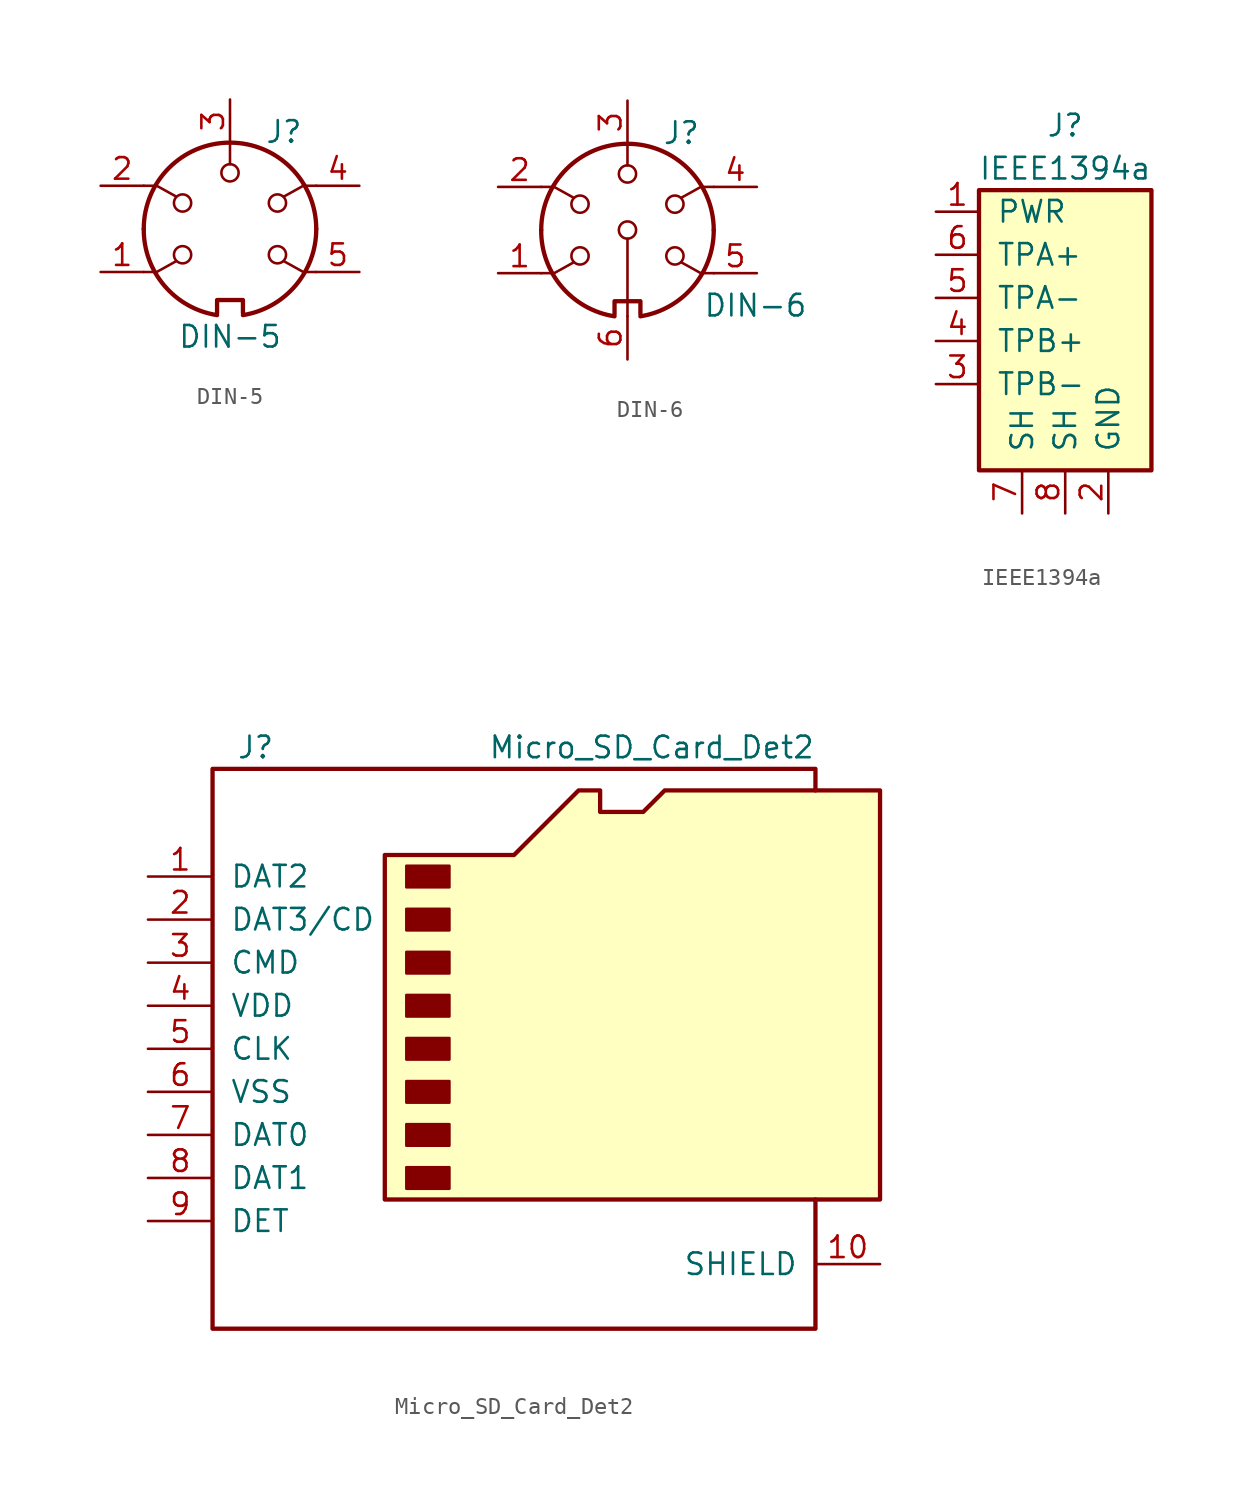
<source format=kicad_sym>
(kicad_symbol_lib
  (version 20201005)
  (generator kicad_symbol_editor)
  (symbol "DIN-5"
    (pin_names
      (offset 1.016))
    (property "Reference" "J"
      (at 3.175 5.715 0)
      (effects (font (size 1.27 1.27))))
    (property "Value" "DIN-5"
      (at 0 -6.35 0)
      (effects (font (size 1.27 1.27))))
    (symbol "DIN-5_0_1"
      (arc (start 0.762 -5.08) (end 5.08 0) (radius (at -0.0254 -0.0254) (length 5.1054) (angles -81.1 0.3)) (stroke (width 0.254)) (fill (type none)))
      (arc (start 5.08 0) (end -5.08 0) (radius (at 0 0) (length 5.08) (angles 0.1 179.9)) (stroke (width 0.254)) (fill (type none)))
      (arc (start -5.08 0) (end -0.762 -5.08) (radius (at 0.0254 -0.0254) (length 5.1054) (angles 179.7 -98.9)) (stroke (width 0.254)) (fill (type none)))
      (circle (center -2.794 -1.524) (radius 0.508) (stroke (width 0)) (fill (type none)))
      (circle (center -2.794 1.524) (radius 0.508) (stroke (width 0)) (fill (type none)))
      (circle (center 0 3.302) (radius 0.508) (stroke (width 0)) (fill (type none)))
      (circle (center 2.794 -1.524) (radius 0.508) (stroke (width 0)) (fill (type none)))
      (circle (center 2.794 1.524) (radius 0.508) (stroke (width 0)) (fill (type none)))
      (polyline (pts (xy 0 5.08) (xy 0 3.81)) (stroke (width 0)) (fill (type none)))
      (polyline (pts (xy -5.08 -2.54) (xy -4.318 -2.54) (xy -3.175 -1.905)) (stroke (width 0)) (fill (type none)))
      (polyline (pts (xy -5.08 2.54) (xy -4.318 2.54) (xy -3.175 1.905)) (stroke (width 0)) (fill (type none)))
      (polyline (pts (xy 5.08 -2.54) (xy 4.318 -2.54) (xy 3.175 -1.905)) (stroke (width 0)) (fill (type none)))
      (polyline (pts (xy 5.08 2.54) (xy 4.318 2.54) (xy 3.175 1.905)) (stroke (width 0)) (fill (type none)))
      (polyline (pts (xy -0.762 -4.953) (xy -0.762 -4.191) (xy 0.762 -4.191) (xy 0.762 -4.953)) (stroke (width 0.254)) (fill (type none))))
    (symbol "DIN-5_1_1"
      (pin passive line (at -7.62 -2.54 0) (length 2.54) (name "~" (effects (font (size 1.27 1.27)))) (number "1" (effects (font (size 1.27 1.27)))))
      (pin passive line (at -7.62 2.54 0) (length 2.54) (name "~" (effects (font (size 1.27 1.27)))) (number "2" (effects (font (size 1.27 1.27)))))
      (pin passive line (at 0 7.62 270) (length 2.54) (name "~" (effects (font (size 1.27 1.27)))) (number "3" (effects (font (size 1.27 1.27)))))
      (pin passive line (at 7.62 2.54 180) (length 2.54) (name "~" (effects (font (size 1.27 1.27)))) (number "4" (effects (font (size 1.27 1.27)))))
      (pin passive line (at 7.62 -2.54 180) (length 2.54) (name "~" (effects (font (size 1.27 1.27)))) (number "5" (effects (font (size 1.27 1.27)))))))
  (symbol "DIN-6"
    (pin_names
      (offset 1.016))
    (property "Reference" "J"
      (at 3.175 5.715 0)
      (effects (font (size 1.27 1.27))))
    (property "Value" "DIN-6"
      (at 4.445 -4.445 0)
      (effects (font (size 1.27 1.27)) (justify left)))
    (symbol "DIN-6_0_1"
      (arc (start 0.762 -5.08) (end 5.08 0) (radius (at -0.0254 -0.0254) (length 5.1054) (angles -81.1 0.3)) (stroke (width 0.254)) (fill (type none)))
      (arc (start 5.08 0) (end -5.08 0) (radius (at 0 0) (length 5.08) (angles 0.1 179.9)) (stroke (width 0.254)) (fill (type none)))
      (arc (start -5.08 0) (end -0.762 -5.08) (radius (at 0.0254 -0.0254) (length 5.1054) (angles 179.7 -98.9)) (stroke (width 0.254)) (fill (type none)))
      (circle (center -2.794 -1.524) (radius 0.508) (stroke (width 0)) (fill (type none)))
      (circle (center -2.794 1.524) (radius 0.508) (stroke (width 0)) (fill (type none)))
      (circle (center 0 0) (radius 0.508) (stroke (width 0)) (fill (type none)))
      (circle (center 0 3.302) (radius 0.508) (stroke (width 0)) (fill (type none)))
      (circle (center 2.794 -1.524) (radius 0.508) (stroke (width 0)) (fill (type none)))
      (circle (center 2.794 1.524) (radius 0.508) (stroke (width 0)) (fill (type none)))
      (polyline (pts (xy 0 -5.08) (xy 0 -0.508)) (stroke (width 0)) (fill (type none)))
      (polyline (pts (xy 0 5.08) (xy 0 3.81)) (stroke (width 0)) (fill (type none)))
      (polyline (pts (xy -5.08 -2.54) (xy -4.318 -2.54) (xy -3.175 -1.905)) (stroke (width 0)) (fill (type none)))
      (polyline (pts (xy -5.08 2.54) (xy -4.318 2.54) (xy -3.175 1.905)) (stroke (width 0)) (fill (type none)))
      (polyline (pts (xy 5.08 -2.54) (xy 4.318 -2.54) (xy 3.175 -1.905)) (stroke (width 0)) (fill (type none)))
      (polyline (pts (xy 5.08 2.54) (xy 4.318 2.54) (xy 3.175 1.905)) (stroke (width 0)) (fill (type none)))
      (polyline (pts (xy -0.762 -4.953) (xy -0.762 -4.191) (xy 0.762 -4.191) (xy 0.762 -4.953)) (stroke (width 0.254)) (fill (type none))))
    (symbol "DIN-6_1_1"
      (pin passive line (at -7.62 -2.54 0) (length 2.54) (name "~" (effects (font (size 1.27 1.27)))) (number "1" (effects (font (size 1.27 1.27)))))
      (pin passive line (at -7.62 2.54 0) (length 2.54) (name "~" (effects (font (size 1.27 1.27)))) (number "2" (effects (font (size 1.27 1.27)))))
      (pin passive line (at 0 7.62 270) (length 2.54) (name "~" (effects (font (size 1.27 1.27)))) (number "3" (effects (font (size 1.27 1.27)))))
      (pin passive line (at 7.62 2.54 180) (length 2.54) (name "~" (effects (font (size 1.27 1.27)))) (number "4" (effects (font (size 1.27 1.27)))))
      (pin passive line (at 7.62 -2.54 180) (length 2.54) (name "~" (effects (font (size 1.27 1.27)))) (number "5" (effects (font (size 1.27 1.27)))))
      (pin passive line (at 0 -7.62 90) (length 2.54) (name "~" (effects (font (size 1.27 1.27)))) (number "6" (effects (font (size 1.27 1.27)))))))
  (symbol "IEEE1394a"
    (pin_names
      (offset 1.016))
    (property "Reference" "J"
      (at 0 12.7 0)
      (effects (font (size 1.27 1.27))))
    (property "Value" "IEEE1394a"
      (at 0 10.16 0)
      (effects (font (size 1.27 1.27))))
    (symbol "IEEE1394a_0_1"
      (rectangle (start -5.08 8.89) (end 5.08 -7.62) (stroke (width 0.254)) (fill (type background))))
    (symbol "IEEE1394a_1_1"
      (pin power_in line (at -7.62 7.62 0) (length 2.54) (name "PWR" (effects (font (size 1.27 1.27)))) (number "1" (effects (font (size 1.27 1.27)))))
      (pin power_in line (at 2.54 -10.16 90) (length 2.54) (name "GND" (effects (font (size 1.27 1.27)))) (number "2" (effects (font (size 1.27 1.27)))))
      (pin bidirectional line (at -7.62 -2.54 0) (length 2.54) (name "TPB-" (effects (font (size 1.27 1.27)))) (number "3" (effects (font (size 1.27 1.27)))))
      (pin bidirectional line (at -7.62 0 0) (length 2.54) (name "TPB+" (effects (font (size 1.27 1.27)))) (number "4" (effects (font (size 1.27 1.27)))))
      (pin bidirectional line (at -7.62 2.54 0) (length 2.54) (name "TPA-" (effects (font (size 1.27 1.27)))) (number "5" (effects (font (size 1.27 1.27)))))
      (pin bidirectional line (at -7.62 5.08 0) (length 2.54) (name "TPA+" (effects (font (size 1.27 1.27)))) (number "6" (effects (font (size 1.27 1.27)))))
      (pin passive line (at -2.54 -10.16 90) (length 2.54) (name "SH" (effects (font (size 1.27 1.27)))) (number "7" (effects (font (size 1.27 1.27)))))
      (pin passive line (at 0 -10.16 90) (length 2.54) (name "SH" (effects (font (size 1.27 1.27)))) (number "8" (effects (font (size 1.27 1.27)))))))
  (symbol "Micro_SD_Card_Det2"
    (pin_names
      (offset 1.016))
    (property "Reference" "J"
      (at -16.51 17.78 0)
      (effects (font (size 1.27 1.27))))
    (property "Value" "Micro_SD_Card_Det2"
      (at 16.51 17.78 0)
      (effects (font (size 1.27 1.27)) (justify right)))
    (symbol "Micro_SD_Card_Det2_0_1"
      (rectangle (start -7.62 -6.985) (end -5.08 -8.255) (stroke (width 0)) (fill (type outline)))
      (rectangle (start -7.62 -4.445) (end -5.08 -5.715) (stroke (width 0)) (fill (type outline)))
      (rectangle (start -7.62 -1.905) (end -5.08 -3.175) (stroke (width 0)) (fill (type outline)))
      (rectangle (start -7.62 0.635) (end -5.08 -0.635) (stroke (width 0)) (fill (type outline)))
      (rectangle (start -7.62 3.175) (end -5.08 1.905) (stroke (width 0)) (fill (type outline)))
      (rectangle (start -7.62 5.715) (end -5.08 4.445) (stroke (width 0)) (fill (type outline)))
      (rectangle (start -7.62 8.255) (end -5.08 6.985) (stroke (width 0)) (fill (type outline)))
      (rectangle (start -7.62 10.795) (end -5.08 9.525) (stroke (width 0)) (fill (type outline)))
      (polyline (pts (xy 16.51 15.24) (xy 16.51 16.51) (xy -19.05 16.51) (xy -19.05 -16.51) (xy 16.51 -16.51) (xy 16.51 -8.89)) (stroke (width 0.254)) (fill (type none)))
      (polyline (pts (xy -8.89 -8.89) (xy -8.89 11.43) (xy -1.27 11.43) (xy 2.54 15.24) (xy 3.81 15.24) (xy 3.81 13.97) (xy 6.35 13.97) (xy 7.62 15.24) (xy 20.32 15.24) (xy 20.32 -8.89) (xy -8.89 -8.89)) (stroke (width 0.254)) (fill (type background))))
    (symbol "Micro_SD_Card_Det2_1_1"
      (pin bidirectional line (at -22.86 10.16 0) (length 3.81) (name "DAT2" (effects (font (size 1.27 1.27)))) (number "1" (effects (font (size 1.27 1.27)))))
      (pin passive line (at 20.32 -12.7 180) (length 3.81) (name "SHIELD" (effects (font (size 1.27 1.27)))) (number "10" (effects (font (size 1.27 1.27)))))
      (pin bidirectional line (at -22.86 7.62 0) (length 3.81) (name "DAT3/CD" (effects (font (size 1.27 1.27)))) (number "2" (effects (font (size 1.27 1.27)))))
      (pin input line (at -22.86 5.08 0) (length 3.81) (name "CMD" (effects (font (size 1.27 1.27)))) (number "3" (effects (font (size 1.27 1.27)))))
      (pin power_in line (at -22.86 2.54 0) (length 3.81) (name "VDD" (effects (font (size 1.27 1.27)))) (number "4" (effects (font (size 1.27 1.27)))))
      (pin input line (at -22.86 0 0) (length 3.81) (name "CLK" (effects (font (size 1.27 1.27)))) (number "5" (effects (font (size 1.27 1.27)))))
      (pin power_in line (at -22.86 -2.54 0) (length 3.81) (name "VSS" (effects (font (size 1.27 1.27)))) (number "6" (effects (font (size 1.27 1.27)))))
      (pin bidirectional line (at -22.86 -5.08 0) (length 3.81) (name "DAT0" (effects (font (size 1.27 1.27)))) (number "7" (effects (font (size 1.27 1.27)))))
      (pin bidirectional line (at -22.86 -7.62 0) (length 3.81) (name "DAT1" (effects (font (size 1.27 1.27)))) (number "8" (effects (font (size 1.27 1.27)))))
      (pin passive line (at -22.86 -10.16 0) (length 3.81) (name "DET" (effects (font (size 1.27 1.27)))) (number "9" (effects (font (size 1.27 1.27))))))))
</source>
